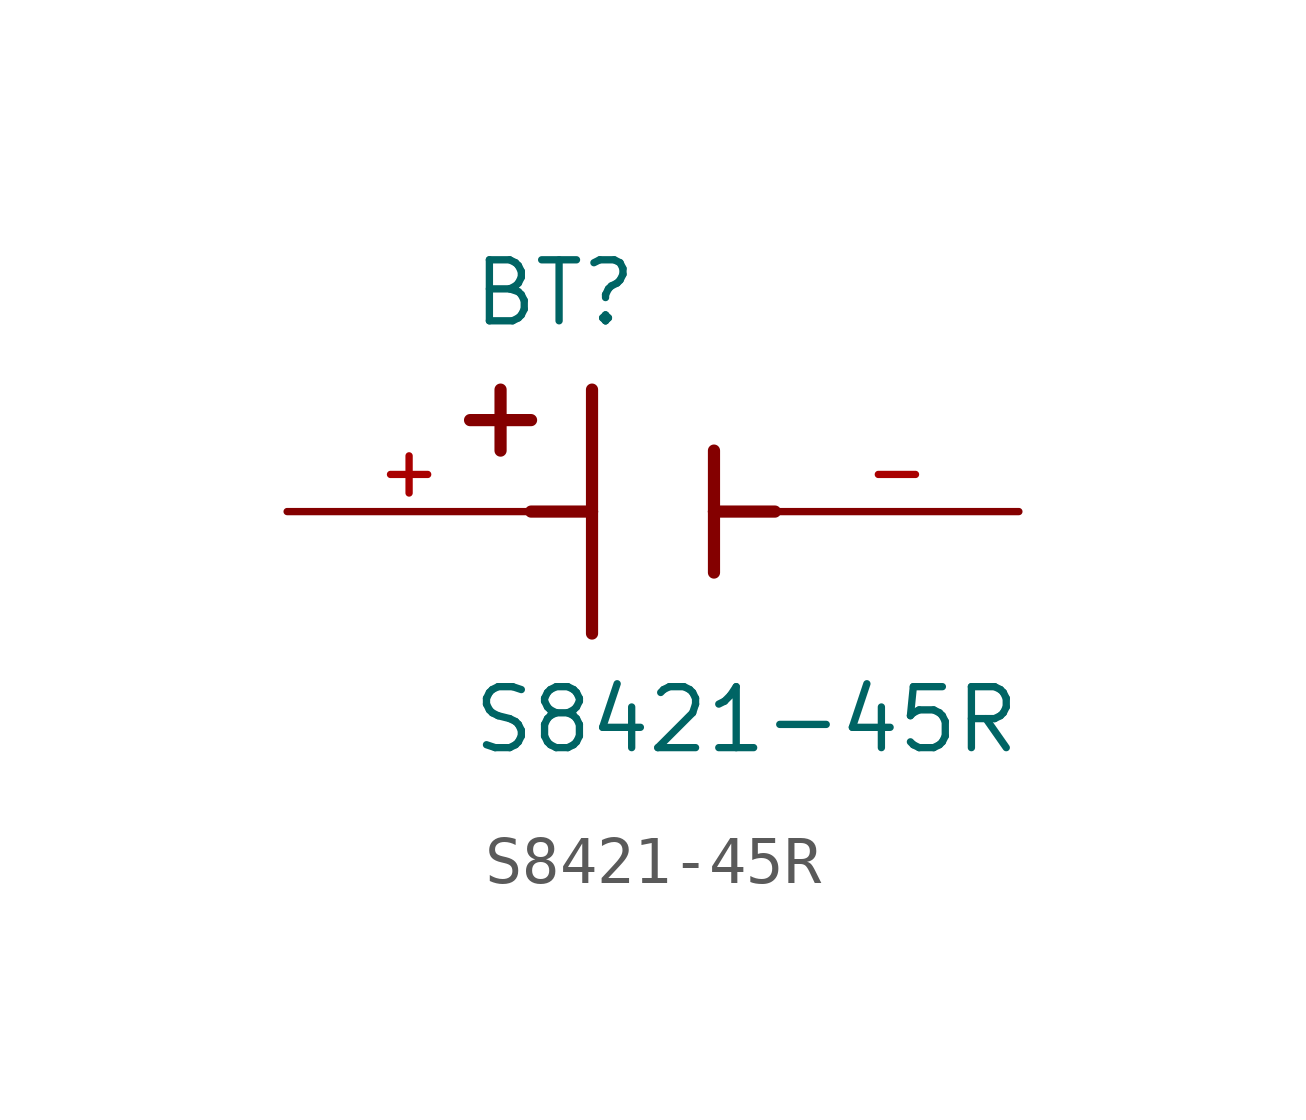
<source format=kicad_sym>
(kicad_symbol_lib
  (version 20211014)
  (generator kicad_symbol_editor)
  (symbol "S8421-45R"
    (pin_names
      (offset 1.016))
    (property "Reference" "BT"
      (at -3.81 3.81 0)
      (effects (font (size 1.27 1.27)) (justify bottom left)))
    (property "Value" "S8421-45R"
      (at -3.81 -5.08 0)
      (effects (font (size 1.27 1.27)) (justify bottom left)))
    (symbol "S8421-45R_0_0"
      (polyline (pts (xy -1.27 2.54) (xy -1.27 0.0)) (stroke (width 0.254)))
      (polyline (pts (xy -1.27 0.0) (xy -1.27 -2.54)) (stroke (width 0.254)))
      (polyline (pts (xy 1.27 1.27) (xy 1.27 0.0)) (stroke (width 0.254)))
      (polyline (pts (xy 1.27 0.0) (xy 1.27 -1.27)) (stroke (width 0.254)))
      (polyline (pts (xy -1.27 0.0) (xy -2.54 0.0)) (stroke (width 0.254)))
      (polyline (pts (xy 1.27 0.0) (xy 2.54 0.0)) (stroke (width 0.254)))
      (polyline (pts (xy -3.175 2.54) (xy -3.175 1.27)) (stroke (width 0.254)))
      (polyline (pts (xy -3.81 1.905) (xy -2.54 1.905)) (stroke (width 0.254)))
      (pin passive line (at -7.62 0.0 0) (length 5.08) (name "~" (effects (font (size 1.016 1.016)))) (number "+" (effects (font (size 1.016 1.016)))))
      (pin passive line (at 7.62 0.0 180.0) (length 5.08) (name "~" (effects (font (size 1.016 1.016)))) (number "-" (effects (font (size 1.016 1.016))))))))
</source>
